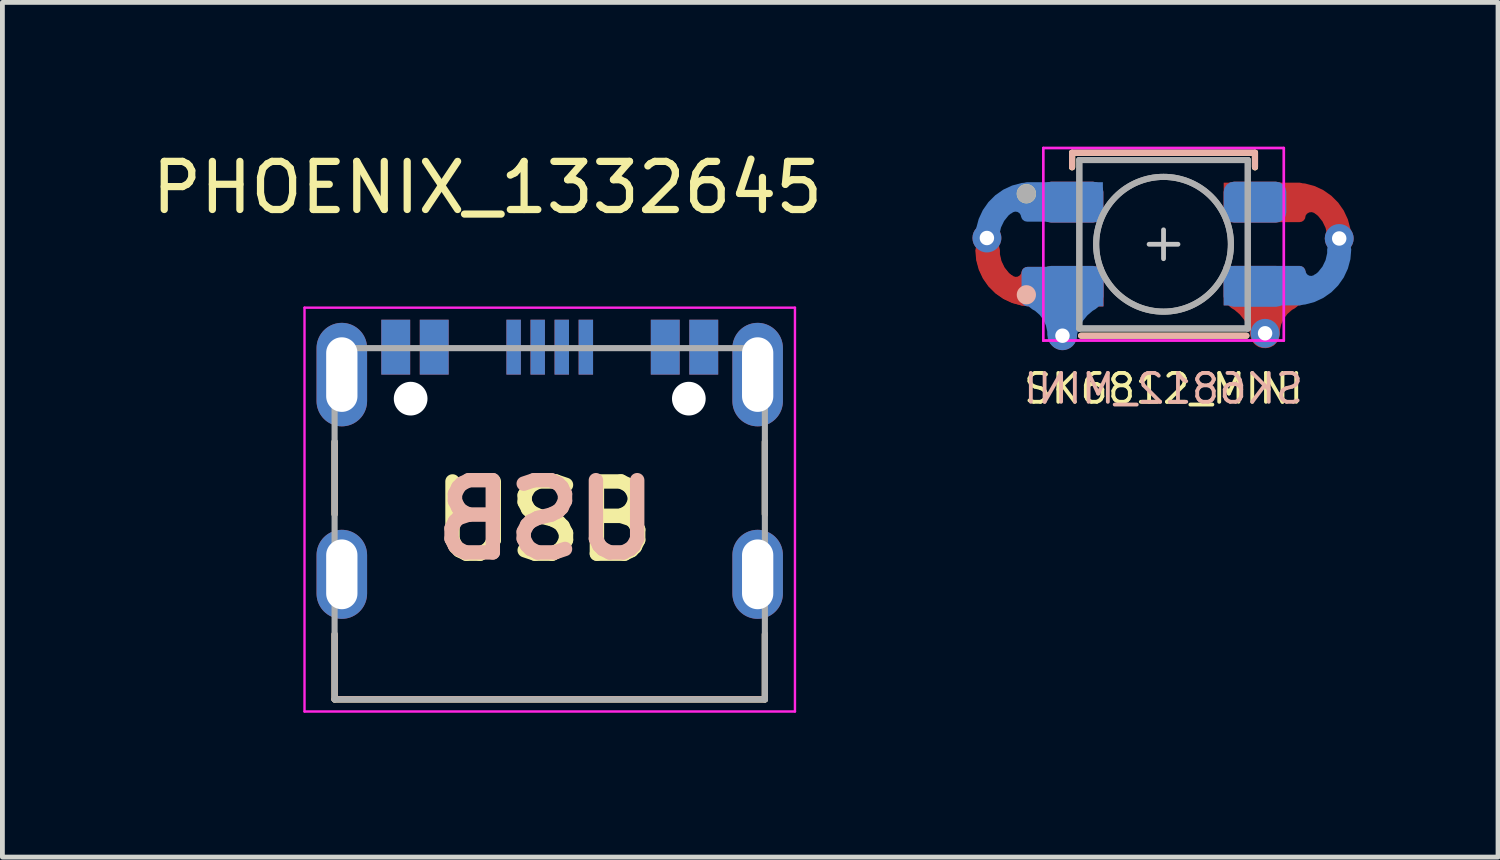
<source format=kicad_pcb>
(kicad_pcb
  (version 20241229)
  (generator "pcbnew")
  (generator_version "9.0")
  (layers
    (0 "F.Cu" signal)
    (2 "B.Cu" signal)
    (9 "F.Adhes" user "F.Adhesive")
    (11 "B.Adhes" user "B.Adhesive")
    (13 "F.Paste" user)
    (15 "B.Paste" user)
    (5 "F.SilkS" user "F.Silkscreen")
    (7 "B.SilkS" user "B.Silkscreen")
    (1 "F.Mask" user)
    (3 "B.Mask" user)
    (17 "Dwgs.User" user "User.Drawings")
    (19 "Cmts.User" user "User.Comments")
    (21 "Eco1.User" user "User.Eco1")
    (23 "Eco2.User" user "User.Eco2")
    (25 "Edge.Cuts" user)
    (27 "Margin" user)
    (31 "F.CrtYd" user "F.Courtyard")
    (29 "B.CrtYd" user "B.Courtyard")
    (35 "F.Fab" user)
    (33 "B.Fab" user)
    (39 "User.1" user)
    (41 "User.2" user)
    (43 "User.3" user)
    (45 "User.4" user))
  (footprint "SK6812_MINI"
    (layer "F.Cu")
    (at 21.125 2.025)
    (property "Reference" "SK6812_MINI" (at 0 3 180) (layer "B.SilkS") (effects (font (size 0.6 0.6) (thickness 0.08)) (justify mirror)))
    (attr smd)
    (fp_line (start -1.9 -1.9) (end 1.9 -1.9) (stroke (width 0.127) (type solid)) (layer "F.SilkS"))
    (fp_line (start -1.9 -1.9) (end 1.9 -1.9) (stroke (width 0.127) (type solid)) (layer "F.SilkS"))
    (fp_line (start -1.9 -1.6) (end -1.9 -1.9) (stroke (width 0.127) (type solid)) (layer "F.SilkS"))
    (fp_line (start -1.9 -1.6) (end -1.9 -1.9) (stroke (width 0.127) (type solid)) (layer "F.SilkS"))
    (fp_line (start -1.713 1.9) (end 1.72 1.9) (stroke (width 0.127) (type solid)) (layer "F.SilkS"))
    (fp_line (start 1.9 -1.9) (end 1.9 -1.6) (stroke (width 0.127) (type solid)) (layer "F.SilkS"))
    (fp_line (start 1.9 -1.9) (end 1.9 -1.6) (stroke (width 0.127) (type solid)) (layer "F.SilkS"))
    (fp_circle (center -2.85 -1.05) (end -2.75 -1.05) (stroke (width 0.2) (type solid)) (fill no) (layer "F.SilkS"))
    (fp_line (start -1.9 -1.9) (end 1.9 -1.9) (stroke (width 0.127) (type solid)) (layer "B.SilkS"))
    (fp_line (start -1.9 -1.6) (end -1.9 -1.9) (stroke (width 0.127) (type solid)) (layer "B.SilkS"))
    (fp_line (start -1.71 1.9) (end 1.723 1.9) (stroke (width 0.127) (type solid)) (layer "B.SilkS"))
    (fp_line (start 1.9 -1.9) (end 1.9 -1.6) (stroke (width 0.127) (type solid)) (layer "B.SilkS"))
    (fp_circle (center -2.85 1.05) (end -2.75 1.05) (stroke (width 0.2) (type solid)) (fill no) (layer "B.SilkS"))
    (fp_line (start -0.3 0) (end 0.3 0) (stroke (width 0.1) (type solid)) (layer "Dwgs.User"))
    (fp_line (start 0 0.3) (end 0 -0.3) (stroke (width 0.1) (type solid)) (layer "Dwgs.User"))
    (fp_line (start -2.5 -2) (end 2.5 -2) (stroke (width 0.05) (type solid)) (layer "F.CrtYd"))
    (fp_line (start -2.5 -2) (end 2.5 -2) (stroke (width 0.05) (type solid)) (layer "F.CrtYd"))
    (fp_line (start -2.5 2) (end -2.5 -2) (stroke (width 0.05) (type solid)) (layer "F.CrtYd"))
    (fp_line (start -2.5 2) (end -2.5 -2) (stroke (width 0.05) (type solid)) (layer "F.CrtYd"))
    (fp_line (start 2.5 -2) (end 2.5 2) (stroke (width 0.05) (type solid)) (layer "F.CrtYd"))
    (fp_line (start 2.5 -2) (end 2.5 2) (stroke (width 0.05) (type solid)) (layer "F.CrtYd"))
    (fp_line (start 2.5 2) (end -2.5 2) (stroke (width 0.05) (type solid)) (layer "F.CrtYd"))
    (fp_line (start 2.5 2) (end -2.5 2) (stroke (width 0.05) (type solid)) (layer "F.CrtYd"))
    (fp_line (start -1.75 -1.75) (end 1.75 -1.75) (stroke (width 0.127) (type solid)) (layer "F.Fab"))
    (fp_line (start -1.75 -1.75) (end 1.75 -1.75) (stroke (width 0.127) (type solid)) (layer "F.Fab"))
    (fp_line (start -1.75 1.75) (end -1.75 -1.75) (stroke (width 0.127) (type solid)) (layer "F.Fab"))
    (fp_line (start -1.75 1.75) (end -1.75 -1.75) (stroke (width 0.127) (type solid)) (layer "F.Fab"))
    (fp_line (start 1.75 -1.75) (end 1.75 1.75) (stroke (width 0.127) (type solid)) (layer "F.Fab"))
    (fp_line (start 1.75 -1.75) (end 1.75 1.75) (stroke (width 0.127) (type solid)) (layer "F.Fab"))
    (fp_line (start 1.75 1.75) (end -1.75 1.75) (stroke (width 0.127) (type solid)) (layer "F.Fab"))
    (fp_line (start 1.75 1.75) (end -1.75 1.75) (stroke (width 0.127) (type solid)) (layer "F.Fab"))
    (fp_circle (center -2.85 -1.05) (end -2.75 -1.05) (stroke (width 0.2) (type solid)) (fill no) (layer "F.Fab"))
    (fp_circle (center 0 0) (end 1.4 0) (stroke (width 0.127) (type solid)) (fill no) (layer "F.Fab"))
    (fp_circle (center 0 0) (end 1.4 0) (stroke (width 0.127) (type solid)) (fill no) (layer "F.Fab"))
    (fp_line (start -1.75 -1.75) (end 1.75 -1.75) (stroke (width 0.127) (type solid)) (layer "User.9"))
    (fp_line (start -1.75 1.75) (end -1.75 -1.75) (stroke (width 0.127) (type solid)) (layer "User.9"))
    (fp_line (start 1.75 -1.75) (end 1.75 1.75) (stroke (width 0.127) (type solid)) (layer "User.9"))
    (fp_line (start 1.75 1.75) (end -1.75 1.75) (stroke (width 0.127) (type solid)) (layer "User.9"))
    (fp_line (start -1.75 -1.75) (end 1.75 -1.75) (stroke (width 0.127) (type solid)) (layer "User.10"))
    (fp_line (start -1.75 1.75) (end -1.75 -1.75) (stroke (width 0.127) (type solid)) (layer "User.10"))
    (fp_line (start 1.75 -1.75) (end 1.75 1.75) (stroke (width 0.127) (type solid)) (layer "User.10"))
    (fp_line (start 1.75 1.75) (end -1.75 1.75) (stroke (width 0.127) (type solid)) (layer "User.10"))
    (fp_text user "${REFERENCE}" (at 0 3 180) (layer "F.SilkS") (effects (font (size 0.6 0.6) (thickness 0.08))))
    (pad "1" smd custom (at -2.1 0.88) (size 0.82 0.82) (layers "B.Cu") (options (anchor circle)) (primitives (gr_arc (start 0.000001 1) (mid 0.178867 0.544455) (end 0.535033 0.208807) (width 0.6)) (gr_arc (start -0.48 0.21) (mid -0.140375 0.541846) (end -0.015717 1.000025) (width 0.6)) (gr_line (start 0 -0.01) (end 0 1) (width 0.6)) (gr_poly (pts (xy -0.85 0.287) (xy -0.841 0.334) (xy -0.814 0.374) (xy -0.774 0.401) (xy -0.727 0.41) (xy 0.85 0.41) (xy 0.85 -0.41) (xy -0.727 -0.41) (xy -0.774 -0.401) (xy -0.814 -0.374) (xy -0.841 -0.334) (xy -0.85 -0.287)) (width 0) (fill yes))))
    (pad "1" thru_hole circle (at -2.1 1.9 180) (size 0.6 0.6) (drill 0.3) (layers "*.Cu"))
    (pad "1" smd roundrect (at -1.9 -0.875) (size 1.3 0.85) (layers "F.Cu" "F.Mask" "F.Paste") (roundrect_rratio 0.25))
    (pad "1" smd roundrect (at -1.9 0.875 180) (size 1.3 0.85) (layers "B.Cu" "B.Mask" "B.Paste") (roundrect_rratio 0.25))
    (pad "2" thru_hole circle (at -3.67 -0.13 180) (size 0.6 0.6) (drill 0.3) (layers "*.Cu"))
    (pad "2" smd custom (at -2.11 -0.88) (size 0.82 0.82) (layers "B.Cu") (options (anchor circle)) (primitives (gr_poly (pts (xy 0.85 0.41) (xy -0.727 0.41) (xy -0.774 0.401) (xy -0.814 0.374) (xy -0.841 0.334) (xy -0.85 0.287) (xy -0.85 -0.287) (xy -0.841 -0.334) (xy -0.814 -0.374) (xy -0.774 -0.401) (xy -0.727 -0.41) (xy 0.85 -0.41)) (width 0) (fill yes)) (gr_arc (start -1.088917 0.176284) (mid -0.899992 0.139997) (end -0.778482 0.289144) (width 0.15)) (gr_arc (start -1.55 0.750001) (mid -1.283467 0.106534) (end -0.64 -0.159999) (width 0.5))))
    (pad "2" smd custom (at -2.1 0.88 180) (size 0.82 0.82) (layers "F.Cu") (options (anchor circle)) (primitives (gr_poly (pts (xy -0.85 0.41) (xy 0.727 0.41) (xy 0.774 0.401) (xy 0.814 0.374) (xy 0.841 0.334) (xy 0.85 0.287) (xy 0.85 -0.287) (xy 0.841 -0.334) (xy 0.814 -0.374) (xy 0.774 -0.401) (xy 0.727 -0.41) (xy -0.85 -0.41)) (width 0) (fill yes)) (gr_arc (start 0.778482 0.289144) (mid 0.899992 0.139997) (end 1.088917 0.176284) (width 0.15)) (gr_arc (start 0.64 -0.159999) (mid 1.283467 0.106534) (end 1.55 0.750001) (width 0.5))))
    (pad "2" smd custom (at -2.1 0.88 180) (size 0.82 0.82) (layers "F.Cu") (options (anchor circle)) (primitives (gr_rect (start -0.85 -0.41) (end 0 0.41) (width 0) (fill yes)) (gr_line (start 0.15 -0.16) (end 0.65 -0.16) (width 0.5)) (gr_arc (start 0.65 -0.16) (mid 1.29347 0.10653) (end 1.56 0.75) (width 0.5)) (gr_arc (start 0.770007 0.310654) (mid 0.893184 0.135381) (end 1.105632 0.162936) (width 0.15))))
    (pad "2" smd roundrect (at -1.9 -0.875 180) (size 1.3 0.85) (layers "B.Cu" "B.Mask" "B.Paste") (roundrect_rratio 0.25))
    (pad "2" smd roundrect (at -1.9 0.875) (size 1.3 0.85) (layers "F.Cu" "F.Mask" "F.Paste") (roundrect_rratio 0.25))
    (pad "3" smd roundrect (at 1.9 -0.875 180) (size 1.3 0.85) (layers "B.Cu" "B.Mask" "B.Paste") (roundrect_rratio 0.25))
    (pad "3" smd roundrect (at 1.9 0.875) (size 1.3 0.85) (layers "F.Cu" "F.Mask" "F.Paste") (roundrect_rratio 0.25))
    (pad "3" smd custom (at 2.1 0.86 180) (size 0.82 0.82) (layers "F.Cu") (options (anchor circle)) (primitives (gr_arc (start 0.535033 -0.208807) (mid 0.178867 -0.544455) (end 0.000001 -1) (width 0.6)) (gr_arc (start -0.015717 -1.000025) (mid -0.140375 -0.541846) (end -0.48 -0.21) (width 0.6)) (gr_line (start 0 0.01) (end 0 -1) (width 0.6)) (gr_poly (pts (xy -0.85 -0.287) (xy -0.841 -0.334) (xy -0.814 -0.374) (xy -0.774 -0.401) (xy -0.727 -0.41) (xy 0.85 -0.41) (xy 0.85 0.41) (xy -0.727 0.41) (xy -0.774 0.401) (xy -0.814 0.374) (xy -0.841 0.334) (xy -0.85 0.287)) (width 0) (fill yes))))
    (pad "3" thru_hole circle (at 2.11 1.85 180) (size 0.6 0.6) (drill 0.3) (layers "*.Cu"))
    (pad "4" smd roundrect (at 1.9 -0.875) (size 1.3 0.85) (layers "F.Cu" "F.Mask" "F.Paste") (roundrect_rratio 0.25))
    (pad "4" smd roundrect (at 1.9 0.875 180) (size 1.3 0.85) (layers "B.Cu" "B.Mask" "B.Paste") (roundrect_rratio 0.25))
    (pad "4" smd custom (at 2.1 -0.87 180) (size 0.82 0.82) (layers "F.Cu") (options (anchor circle)) (primitives (gr_poly (pts (xy -0.85 -0.287) (xy -0.841 -0.334) (xy -0.814 -0.374) (xy -0.774 -0.401) (xy -0.727 -0.41) (xy 0.85 -0.41) (xy 0.85 0.41) (xy -0.727 0.41) (xy -0.774 0.401) (xy -0.814 0.374) (xy -0.841 0.334) (xy -0.85 0.287)) (width 0) (fill yes)) (gr_arc (start -0.64 0.16) (mid -1.283467 -0.106532) (end -1.55 -0.749999) (width 0.5)) (gr_arc (start -0.770001 -0.294265) (mid -0.902748 -0.140006) (end -1.101823 -0.182277) (width 0.15))))
    (pad "4" smd custom (at 2.1 0.86) (size 0.82 0.82) (layers "B.Cu") (options (anchor circle)) (primitives (gr_poly (pts (xy -0.85 -0.41) (xy 0.727 -0.41) (xy 0.774 -0.401) (xy 0.814 -0.374) (xy 0.841 -0.334) (xy 0.85 -0.287) (xy 0.85 0.287) (xy 0.841 0.334) (xy 0.814 0.374) (xy 0.774 0.401) (xy 0.727 0.41) (xy -0.85 0.41)) (width 0) (fill yes)) (gr_arc (start 1.088917 -0.176284) (mid 0.899992 -0.139997) (end 0.778482 -0.289144) (width 0.15)) (gr_arc (start 1.55 -0.750001) (mid 1.283467 -0.106534) (end 0.64 0.159999) (width 0.5))))
    (pad "4" thru_hole circle (at 3.65 -0.12 180) (size 0.6 0.6) (drill 0.3) (layers "*.Cu")))
  (footprint "PHOENIX_1332645"
    (layer "F.Cu")
    (at 3.902 11.483)
    (property "Reference" "PHOENIX_1332645" (at 3.175 -10.635 0) (layer "F.SilkS") (effects (font (size 1 1) (thickness 0.15))))
    (attr smd allow_soldermask_bridges)
    (fp_line (start 0 -3.845) (end 0 -5.355) (stroke (width 0.127) (type solid)) (layer "F.SilkS"))
    (fp_line (start 0 0) (end 0 -1.355) (stroke (width 0.127) (type solid)) (layer "F.SilkS"))
    (fp_line (start 8.94 -3.845) (end 8.94 -5.355) (stroke (width 0.127) (type solid)) (layer "F.SilkS"))
    (fp_line (start 8.94 -1.355) (end 8.94 0) (stroke (width 0.127) (type solid)) (layer "F.SilkS"))
    (fp_line (start 8.94 0) (end 0 0) (stroke (width 0.127) (type solid)) (layer "F.SilkS"))
    (fp_line (start 0 -3.849) (end 0 -5.359) (stroke (width 0.127) (type solid)) (layer "B.SilkS"))
    (fp_line (start 0 -1.359) (end 0 -0.004) (stroke (width 0.127) (type solid)) (layer "B.SilkS"))
    (fp_line (start 0 -0.004) (end 8.94 -0.004) (stroke (width 0.127) (type solid)) (layer "B.SilkS"))
    (fp_line (start 8.94 -3.849) (end 8.94 -5.359) (stroke (width 0.127) (type solid)) (layer "B.SilkS"))
    (fp_line (start 8.94 -0.004) (end 8.94 -1.359) (stroke (width 0.127) (type solid)) (layer "B.SilkS"))
    (fp_line (start -0.625 -8.14) (end -0.625 0.25) (stroke (width 0.05) (type solid)) (layer "F.CrtYd"))
    (fp_line (start -0.625 0.25) (end 9.565 0.25) (stroke (width 0.05) (type solid)) (layer "F.CrtYd"))
    (fp_line (start 9.565 -8.14) (end -0.625 -8.14) (stroke (width 0.05) (type solid)) (layer "F.CrtYd"))
    (fp_line (start 9.565 0.25) (end 9.565 -8.14) (stroke (width 0.05) (type solid)) (layer "F.CrtYd"))
    (fp_line (start 0 -7.3) (end 8.94 -7.3) (stroke (width 0.127) (type solid)) (layer "F.Fab"))
    (fp_line (start 0 0) (end 0 -7.3) (stroke (width 0.127) (type solid)) (layer "F.Fab"))
    (fp_line (start 8.94 -7.3) (end 8.94 0) (stroke (width 0.127) (type solid)) (layer "F.Fab"))
    (fp_line (start 8.94 0) (end 0 0) (stroke (width 0.127) (type solid)) (layer "F.Fab"))
    (fp_line (start -0.625 0.018) (end -0.611 -8.13) (stroke (width 0.05) (type default)) (layer "User.9"))
    (fp_line (start -0.611 -8.13) (end 9.559 -8.13) (stroke (width 0.05) (type default)) (layer "User.9"))
    (fp_line (start 9.559 -8.13) (end 9.559 0.018) (stroke (width 0.05) (type default)) (layer "User.9"))
    (fp_line (start 9.559 0.018) (end -0.625 0.018) (stroke (width 0.05) (type default)) (layer "User.9"))
    (fp_line (start -0.624 0.02) (end -0.61 -8.128) (stroke (width 0.05) (type default)) (layer "User.10"))
    (fp_line (start -0.61 -8.128) (end 9.56 -8.128) (stroke (width 0.05) (type default)) (layer "User.10"))
    (fp_line (start 9.56 -8.128) (end 9.56 0.02) (stroke (width 0.05) (type default)) (layer "User.10"))
    (fp_line (start 9.56 0.02) (end -0.624 0.02) (stroke (width 0.05) (type default)) (layer "User.10"))
    (fp_text user "USB" (at 4.343 -3.708 0) (layer "F.SilkS") (effects (font (size 1.5 1.5) (thickness 0.3) (bold yes))))
    (fp_text user "USB" (at 4.394 -3.734 0) (layer "B.SilkS") (effects (font (size 1.5 1.5) (thickness 0.3) (bold yes)) (justify mirror)))
    (pad "" np_thru_hole circle (at 1.58 -6.25) (size 0.7 0.7) (drill 0.7) (layers "*.Cu" "*.Mask"))
    (pad "" np_thru_hole circle (at 7.36 -6.25) (size 0.7 0.7) (drill 0.7) (layers "*.Cu" "*.Mask"))
    (pad "A1_B12" smd rect (at 1.27 -7.32) (size 0.6 1.14) (layers "F.Cu" "F.Mask" "F.Paste"))
    (pad "A1_B12" smd rect (at 7.67 -7.32) (size 0.6 1.14) (layers "B.Cu" "B.Mask" "B.Paste"))
    (pad "A4_B9" smd rect (at 2.07 -7.32) (size 0.6 1.14) (layers "F.Cu" "F.Mask" "F.Paste"))
    (pad "A4_B9" smd rect (at 6.87 -7.32) (size 0.6 1.14) (layers "B.Cu" "B.Mask" "B.Paste"))
    (pad "A6" smd rect (at 4.22 -7.32) (size 0.3 1.14) (layers "F.Cu" "F.Mask" "F.Paste"))
    (pad "A6" smd rect (at 4.72 -7.32) (size 0.3 1.14) (layers "B.Cu" "B.Mask" "B.Paste"))
    (pad "A7" smd rect (at 4.22 -7.32) (size 0.3 1.14) (layers "B.Cu" "B.Mask" "B.Paste"))
    (pad "A7" smd rect (at 4.72 -7.32) (size 0.3 1.14) (layers "F.Cu" "F.Mask" "F.Paste"))
    (pad "B1_A12" smd rect (at 1.27 -7.32) (size 0.6 1.14) (layers "B.Cu" "B.Mask" "B.Paste"))
    (pad "B1_A12" smd rect (at 7.67 -7.32) (size 0.6 1.14) (layers "F.Cu" "F.Mask" "F.Paste"))
    (pad "B4_A9" smd rect (at 2.07 -7.32) (size 0.6 1.14) (layers "B.Cu" "B.Mask" "B.Paste"))
    (pad "B4_A9" smd rect (at 6.87 -7.32) (size 0.6 1.14) (layers "F.Cu" "F.Mask" "F.Paste"))
    (pad "B6" smd rect (at 3.72 -7.32) (size 0.3 1.14) (layers "B.Cu" "B.Mask" "B.Paste"))
    (pad "B6" smd rect (at 5.22 -7.32) (size 0.3 1.14) (layers "F.Cu" "F.Mask" "F.Paste"))
    (pad "B7" smd rect (at 3.72 -7.32) (size 0.3 1.14) (layers "F.Cu" "F.Mask" "F.Paste"))
    (pad "B7" smd rect (at 5.22 -7.32) (size 0.3 1.14) (layers "B.Cu" "B.Mask" "B.Paste"))
    (pad "SH1" thru_hole oval (at 0.15 -6.75) (size 1.05 2.15) (drill oval 0.65 1.55) (layers "*.Cu" "*.Mask"))
    (pad "SH2" thru_hole oval (at 0.15 -2.6) (size 1.05 1.85) (drill oval 0.65 1.45) (layers "*.Cu" "*.Mask"))
    (pad "SH3" thru_hole oval (at 8.79 -6.75) (size 1.05 2.15) (drill oval 0.65 1.55) (layers "*.Cu" "*.Mask"))
    (pad "SH4" thru_hole oval (at 8.79 -2.6) (size 1.05 1.85) (drill oval 0.65 1.45) (layers "*.Cu" "*.Mask")))
  (gr_rect
    (start -3 -3)
    (end 28.075 14.758)
    (stroke (width 0.1) (type default))
    (fill no)
    (layer "Edge.Cuts")))
</source>
